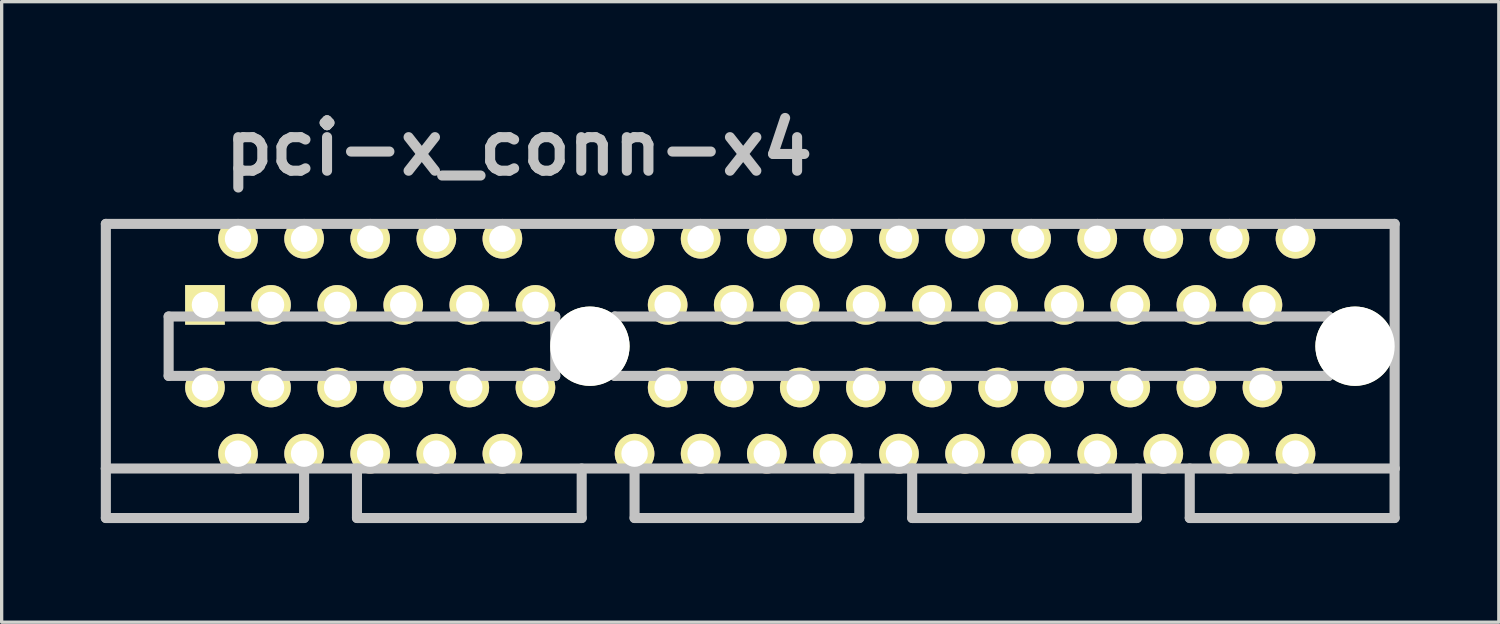
<source format=kicad_pcb>
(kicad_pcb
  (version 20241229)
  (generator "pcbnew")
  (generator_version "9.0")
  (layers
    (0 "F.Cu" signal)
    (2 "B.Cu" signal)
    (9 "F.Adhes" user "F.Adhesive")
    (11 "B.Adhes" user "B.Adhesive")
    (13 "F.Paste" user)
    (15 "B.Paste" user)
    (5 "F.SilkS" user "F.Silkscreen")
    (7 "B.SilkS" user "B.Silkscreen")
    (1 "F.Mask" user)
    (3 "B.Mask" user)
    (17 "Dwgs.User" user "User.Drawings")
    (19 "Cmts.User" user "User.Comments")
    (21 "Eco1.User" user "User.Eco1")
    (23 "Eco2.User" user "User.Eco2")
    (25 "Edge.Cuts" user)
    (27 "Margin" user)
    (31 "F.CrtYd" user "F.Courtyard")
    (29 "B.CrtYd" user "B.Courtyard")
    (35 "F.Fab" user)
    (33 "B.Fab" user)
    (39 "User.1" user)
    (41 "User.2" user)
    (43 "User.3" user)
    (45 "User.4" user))
  (footprint "pci-x_conn-x4"
    (layer "F.Cu")
    (at 12.652 7.426)
    (property "Reference" "pci-x_conn-x4" (at 0 -5.999 0) (layer "Dwgs.User") (effects (font (size 1.524 1.524) (thickness 0.305))))
    (attr through_hole)
    (fp_line (start -12.499 -3.701) (end -12.499 3.701) (stroke (width 0.305) (type solid)) (layer "Dwgs.User"))
    (fp_line (start -12.499 -3.701) (end 26.5 -3.701) (stroke (width 0.305) (type solid)) (layer "Dwgs.User"))
    (fp_line (start -12.499 3.701) (end -12.499 5.199) (stroke (width 0.305) (type solid)) (layer "Dwgs.User"))
    (fp_line (start -10.599 -0.899) (end -10.599 0.899) (stroke (width 0.305) (type solid)) (layer "Dwgs.User"))
    (fp_line (start -10.599 -0.899) (end 1.1 -0.899) (stroke (width 0.305) (type solid)) (layer "Dwgs.User"))
    (fp_line (start -6.5 5.199) (end -12.499 5.199) (stroke (width 0.305) (type solid)) (layer "Dwgs.User"))
    (fp_line (start -6.5 5.199) (end -6.5 3.701) (stroke (width 0.305) (type solid)) (layer "Dwgs.User"))
    (fp_line (start -4.9 3.701) (end -4.9 5.199) (stroke (width 0.305) (type solid)) (layer "Dwgs.User"))
    (fp_line (start -4.9 5.199) (end 1.9 5.199) (stroke (width 0.305) (type solid)) (layer "Dwgs.User"))
    (fp_line (start 1.1 0.899) (end -10.599 0.899) (stroke (width 0.305) (type solid)) (layer "Dwgs.User"))
    (fp_line (start 1.1 0.899) (end 1.1 -0.899) (stroke (width 0.305) (type solid)) (layer "Dwgs.User"))
    (fp_line (start 1.9 5.199) (end 1.9 3.701) (stroke (width 0.305) (type solid)) (layer "Dwgs.User"))
    (fp_line (start 2.901 0.899) (end 2.901 -0.899) (stroke (width 0.305) (type solid)) (layer "Dwgs.User"))
    (fp_line (start 2.901 0.899) (end 24.501 0.899) (stroke (width 0.305) (type solid)) (layer "Dwgs.User"))
    (fp_line (start 3.5 3.701) (end 3.5 5.199) (stroke (width 0.305) (type solid)) (layer "Dwgs.User"))
    (fp_line (start 3.5 5.199) (end 10.3 5.199) (stroke (width 0.305) (type solid)) (layer "Dwgs.User"))
    (fp_line (start 10.3 5.199) (end 10.3 3.701) (stroke (width 0.305) (type solid)) (layer "Dwgs.User"))
    (fp_line (start 11.9 5.199) (end 11.9 3.701) (stroke (width 0.305) (type solid)) (layer "Dwgs.User"))
    (fp_line (start 11.902 5.199) (end 18.702 5.199) (stroke (width 0.305) (type solid)) (layer "Dwgs.User"))
    (fp_line (start 18.699 5.199) (end 18.699 3.701) (stroke (width 0.305) (type solid)) (layer "Dwgs.User"))
    (fp_line (start 20.3 5.199) (end 20.3 3.701) (stroke (width 0.305) (type solid)) (layer "Dwgs.User"))
    (fp_line (start 24.501 -0.899) (end 2.901 -0.899) (stroke (width 0.305) (type solid)) (layer "Dwgs.User"))
    (fp_line (start 24.503 -0.899) (end 24.503 0.899) (stroke (width 0.305) (type solid)) (layer "Dwgs.User"))
    (fp_line (start 26.497 5.199) (end 26.497 3.701) (stroke (width 0.305) (type solid)) (layer "Dwgs.User"))
    (fp_line (start 26.5 3.701) (end -12.499 3.701) (stroke (width 0.305) (type solid)) (layer "Dwgs.User"))
    (fp_line (start 26.5 3.701) (end 26.5 -3.701) (stroke (width 0.305) (type solid)) (layer "Dwgs.User"))
    (fp_line (start 26.5 5.199) (end 20.3 5.199) (stroke (width 0.305) (type solid)) (layer "Dwgs.User"))
    (pad "" np_thru_hole circle (at 2.149 0) (size 2.4 2.4) (drill 2.4) (layers "*.Cu" "F.SilkS"))
    (pad "" np_thru_hole circle (at 25.301 0) (size 2.4 2.4) (drill 2.4) (layers "*.Cu" "F.SilkS"))
    (pad "A1" thru_hole rect (at -9.5 -1.25) (size 1.199 1.199) (drill 0.8) (layers "*.Cu" "*.Mask" "F.SilkS"))
    (pad "A2" thru_hole circle (at -8.499 -3.251) (size 1.199 1.199) (drill 0.8) (layers "*.Cu" "*.Mask" "F.SilkS"))
    (pad "A3" thru_hole circle (at -7.501 -1.25) (size 1.199 1.199) (drill 0.8) (layers "*.Cu" "*.Mask" "F.SilkS"))
    (pad "A4" thru_hole circle (at -6.5 -3.251) (size 1.199 1.199) (drill 0.8) (layers "*.Cu" "*.Mask" "F.SilkS"))
    (pad "A5" thru_hole circle (at -5.499 -1.25) (size 1.199 1.199) (drill 0.8) (layers "*.Cu" "*.Mask" "F.SilkS"))
    (pad "A6" thru_hole circle (at -4.501 -3.251) (size 1.199 1.199) (drill 0.8) (layers "*.Cu" "*.Mask" "F.SilkS"))
    (pad "A7" thru_hole circle (at -3.5 -1.25) (size 1.199 1.199) (drill 0.8) (layers "*.Cu" "*.Mask" "F.SilkS"))
    (pad "A8" thru_hole circle (at -2.499 -3.251) (size 1.199 1.199) (drill 0.8) (layers "*.Cu" "*.Mask" "F.SilkS"))
    (pad "A9" thru_hole circle (at -1.501 -1.25) (size 1.199 1.199) (drill 0.8) (layers "*.Cu" "*.Mask" "F.SilkS"))
    (pad "A10" thru_hole circle (at -0.5 -3.251) (size 1.199 1.199) (drill 0.8) (layers "*.Cu" "*.Mask" "F.SilkS"))
    (pad "A11" thru_hole circle (at 0.5 -1.25) (size 1.199 1.199) (drill 0.8) (layers "*.Cu" "*.Mask" "F.SilkS"))
    (pad "A12" thru_hole circle (at 3.5 -3.251) (size 1.199 1.199) (drill 0.8) (layers "*.Cu" "*.Mask" "F.SilkS"))
    (pad "A13" thru_hole circle (at 4.501 -1.25) (size 1.199 1.199) (drill 0.8) (layers "*.Cu" "*.Mask" "F.SilkS"))
    (pad "A14" thru_hole circle (at 5.499 -3.251) (size 1.199 1.199) (drill 0.8) (layers "*.Cu" "*.Mask" "F.SilkS"))
    (pad "A15" thru_hole circle (at 6.5 -1.25) (size 1.199 1.199) (drill 0.8) (layers "*.Cu" "*.Mask" "F.SilkS"))
    (pad "A16" thru_hole circle (at 7.501 -3.251) (size 1.199 1.199) (drill 0.8) (layers "*.Cu" "*.Mask" "F.SilkS"))
    (pad "A17" thru_hole circle (at 8.499 -1.25) (size 1.199 1.199) (drill 0.8) (layers "*.Cu" "*.Mask" "F.SilkS"))
    (pad "A18" thru_hole circle (at 9.5 -3.251) (size 1.199 1.199) (drill 0.8) (layers "*.Cu" "*.Mask" "F.SilkS"))
    (pad "A19" thru_hole circle (at 10.5 -1.25) (size 1.199 1.199) (drill 0.8) (layers "*.Cu" "*.Mask" "F.SilkS"))
    (pad "A20" thru_hole circle (at 11.501 -3.251) (size 1.199 1.199) (drill 0.8) (layers "*.Cu" "*.Mask" "F.SilkS"))
    (pad "A21" thru_hole circle (at 12.499 -1.25) (size 1.199 1.199) (drill 0.8) (layers "*.Cu" "*.Mask" "F.SilkS"))
    (pad "A22" thru_hole circle (at 13.5 -3.251) (size 1.199 1.199) (drill 0.8) (layers "*.Cu" "*.Mask" "F.SilkS"))
    (pad "A23" thru_hole circle (at 14.501 -1.25) (size 1.199 1.199) (drill 0.8) (layers "*.Cu" "*.Mask" "F.SilkS"))
    (pad "A24" thru_hole circle (at 15.499 -3.251) (size 1.199 1.199) (drill 0.8) (layers "*.Cu" "*.Mask" "F.SilkS"))
    (pad "A25" thru_hole circle (at 16.5 -1.25) (size 1.199 1.199) (drill 0.8) (layers "*.Cu" "*.Mask" "F.SilkS"))
    (pad "A26" thru_hole circle (at 17.501 -3.251) (size 1.199 1.199) (drill 0.8) (layers "*.Cu" "*.Mask" "F.SilkS"))
    (pad "A27" thru_hole circle (at 18.499 -1.25) (size 1.199 1.199) (drill 0.8) (layers "*.Cu" "*.Mask" "F.SilkS"))
    (pad "A28" thru_hole circle (at 19.5 -3.251) (size 1.199 1.199) (drill 0.8) (layers "*.Cu" "*.Mask" "F.SilkS"))
    (pad "A29" thru_hole circle (at 20.5 -1.25) (size 1.199 1.199) (drill 0.8) (layers "*.Cu" "*.Mask" "F.SilkS"))
    (pad "A30" thru_hole circle (at 21.501 -3.251) (size 1.199 1.199) (drill 0.8) (layers "*.Cu" "*.Mask" "F.SilkS"))
    (pad "A31" thru_hole circle (at 22.499 -1.25) (size 1.199 1.199) (drill 0.8) (layers "*.Cu" "*.Mask" "F.SilkS"))
    (pad "A32" thru_hole circle (at 23.5 -3.251) (size 1.199 1.199) (drill 0.8) (layers "*.Cu" "*.Mask" "F.SilkS"))
    (pad "B1" thru_hole circle (at -9.5 1.25) (size 1.199 1.199) (drill 0.8) (layers "*.Cu" "*.Mask" "F.SilkS"))
    (pad "B2" thru_hole circle (at -8.499 3.251) (size 1.199 1.199) (drill 0.8) (layers "*.Cu" "*.Mask" "F.SilkS"))
    (pad "B3" thru_hole circle (at -7.501 1.25) (size 1.199 1.199) (drill 0.8) (layers "*.Cu" "*.Mask" "F.SilkS"))
    (pad "B4" thru_hole circle (at -6.5 3.251) (size 1.199 1.199) (drill 0.8) (layers "*.Cu" "*.Mask" "F.SilkS"))
    (pad "B5" thru_hole circle (at -5.499 1.25) (size 1.199 1.199) (drill 0.8) (layers "*.Cu" "*.Mask" "F.SilkS"))
    (pad "B6" thru_hole circle (at -4.501 3.251) (size 1.199 1.199) (drill 0.8) (layers "*.Cu" "*.Mask" "F.SilkS"))
    (pad "B7" thru_hole circle (at -3.5 1.25) (size 1.199 1.199) (drill 0.8) (layers "*.Cu" "*.Mask" "F.SilkS"))
    (pad "B8" thru_hole circle (at -2.499 3.251) (size 1.199 1.199) (drill 0.8) (layers "*.Cu" "*.Mask" "F.SilkS"))
    (pad "B9" thru_hole circle (at -1.501 1.25) (size 1.199 1.199) (drill 0.8) (layers "*.Cu" "*.Mask" "F.SilkS"))
    (pad "B10" thru_hole circle (at -0.5 3.251) (size 1.199 1.199) (drill 0.8) (layers "*.Cu" "*.Mask" "F.SilkS"))
    (pad "B11" thru_hole circle (at 0.5 1.25) (size 1.199 1.199) (drill 0.8) (layers "*.Cu" "*.Mask" "F.SilkS"))
    (pad "B12" thru_hole circle (at 3.5 3.251) (size 1.199 1.199) (drill 0.8) (layers "*.Cu" "*.Mask" "F.SilkS"))
    (pad "B13" thru_hole circle (at 4.501 1.25) (size 1.199 1.199) (drill 0.8) (layers "*.Cu" "*.Mask" "F.SilkS"))
    (pad "B14" thru_hole circle (at 5.499 3.251) (size 1.199 1.199) (drill 0.8) (layers "*.Cu" "*.Mask" "F.SilkS"))
    (pad "B15" thru_hole circle (at 6.5 1.25) (size 1.199 1.199) (drill 0.8) (layers "*.Cu" "*.Mask" "F.SilkS"))
    (pad "B16" thru_hole circle (at 7.501 3.251) (size 1.199 1.199) (drill 0.8) (layers "*.Cu" "*.Mask" "F.SilkS"))
    (pad "B17" thru_hole circle (at 8.499 1.25) (size 1.199 1.199) (drill 0.8) (layers "*.Cu" "*.Mask" "F.SilkS"))
    (pad "B18" thru_hole circle (at 9.5 3.251) (size 1.199 1.199) (drill 0.8) (layers "*.Cu" "*.Mask" "F.SilkS"))
    (pad "B19" thru_hole circle (at 10.5 1.25) (size 1.199 1.199) (drill 0.8) (layers "*.Cu" "*.Mask" "F.SilkS"))
    (pad "B20" thru_hole circle (at 11.501 3.251) (size 1.199 1.199) (drill 0.8) (layers "*.Cu" "*.Mask" "F.SilkS"))
    (pad "B21" thru_hole circle (at 12.499 1.25) (size 1.199 1.199) (drill 0.8) (layers "*.Cu" "*.Mask" "F.SilkS"))
    (pad "B22" thru_hole circle (at 13.5 3.251) (size 1.199 1.199) (drill 0.8) (layers "*.Cu" "*.Mask" "F.SilkS"))
    (pad "B23" thru_hole circle (at 14.501 1.25) (size 1.199 1.199) (drill 0.8) (layers "*.Cu" "*.Mask" "F.SilkS"))
    (pad "B24" thru_hole circle (at 15.499 3.251) (size 1.199 1.199) (drill 0.8) (layers "*.Cu" "*.Mask" "F.SilkS"))
    (pad "B25" thru_hole circle (at 16.5 1.25) (size 1.199 1.199) (drill 0.8) (layers "*.Cu" "*.Mask" "F.SilkS"))
    (pad "B26" thru_hole circle (at 17.501 3.251) (size 1.199 1.199) (drill 0.8) (layers "*.Cu" "*.Mask" "F.SilkS"))
    (pad "B27" thru_hole circle (at 18.499 1.25) (size 1.199 1.199) (drill 0.8) (layers "*.Cu" "*.Mask" "F.SilkS"))
    (pad "B28" thru_hole circle (at 19.5 3.251) (size 1.199 1.199) (drill 0.8) (layers "*.Cu" "*.Mask" "F.SilkS"))
    (pad "B29" thru_hole circle (at 20.5 1.25) (size 1.199 1.199) (drill 0.8) (layers "*.Cu" "*.Mask" "F.SilkS"))
    (pad "B30" thru_hole circle (at 21.501 3.251) (size 1.199 1.199) (drill 0.8) (layers "*.Cu" "*.Mask" "F.SilkS"))
    (pad "B31" thru_hole circle (at 22.499 1.25) (size 1.199 1.199) (drill 0.8) (layers "*.Cu" "*.Mask" "F.SilkS"))
    (pad "B32" thru_hole circle (at 23.5 3.251) (size 1.199 1.199) (drill 0.8) (layers "*.Cu" "*.Mask" "F.SilkS")))
  (gr_rect
    (start -3 -3)
    (end 42.304 15.778)
    (stroke (width 0.1) (type default))
    (fill no)
    (layer "Edge.Cuts")))
</source>
